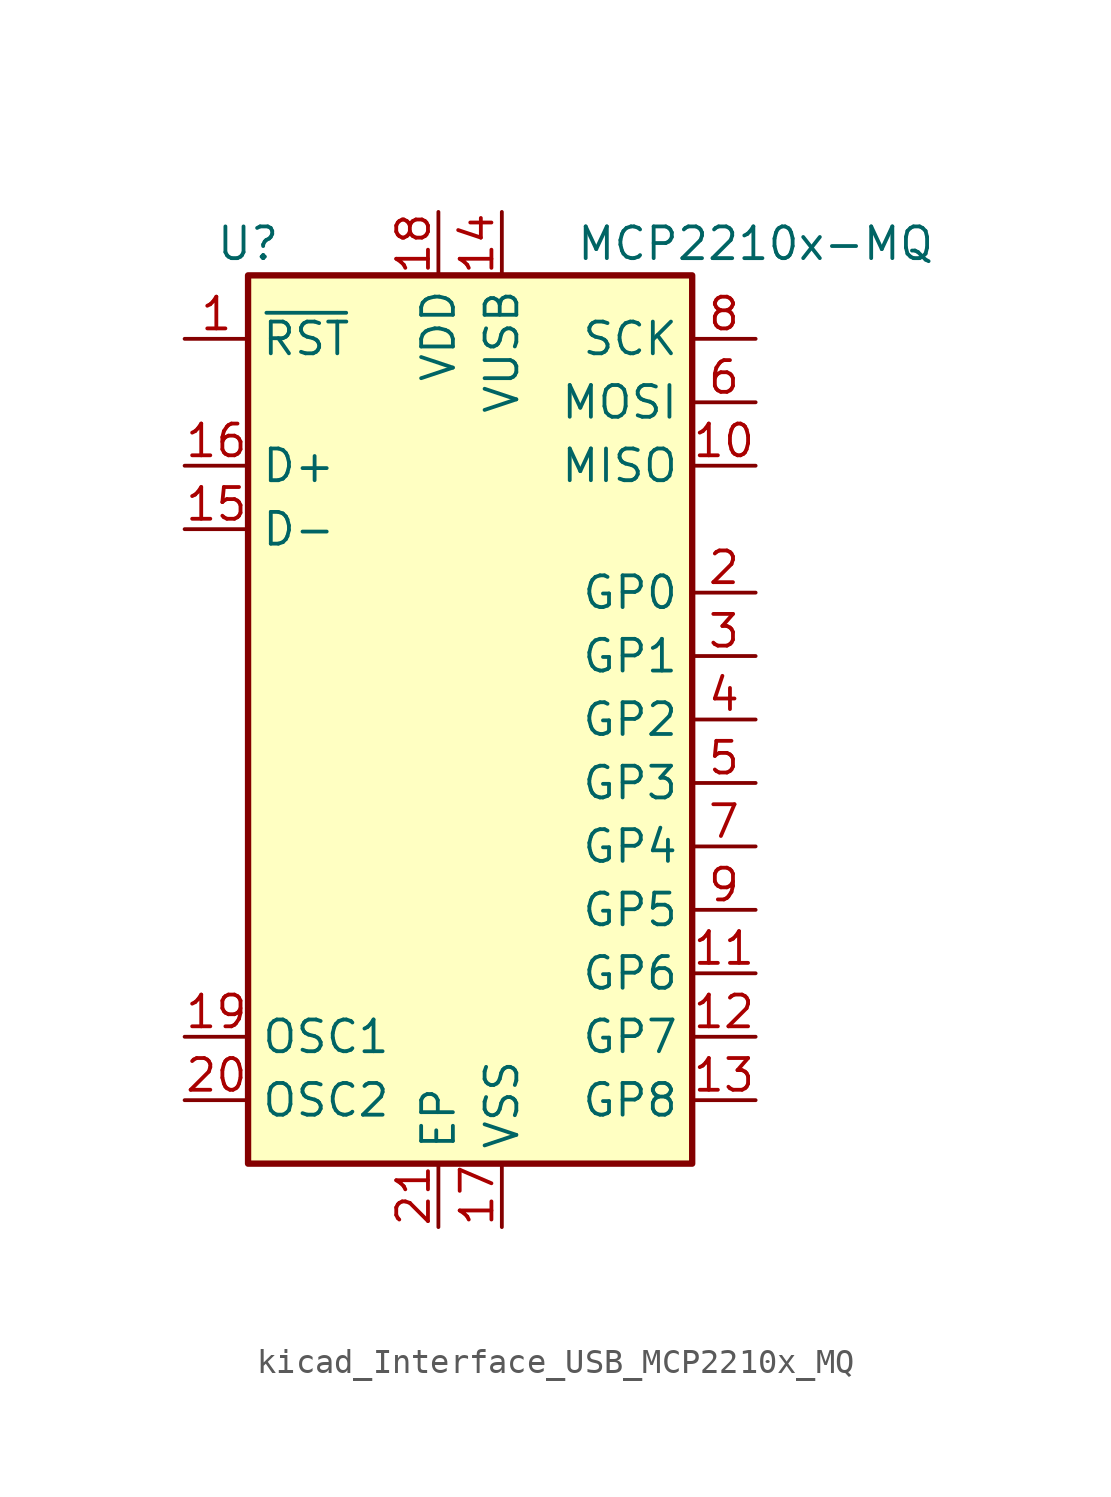
<source format=kicad_sym>
(kicad_symbol_lib
  (version 20220914)
  (generator kicad_symbol_editor)
  (symbol "kicad_Interface_USB_MCP2210x_MQ"
    (property "Reference" "U"
      (at -10.16 19.05 0)
      (effects (font (size 1.27 1.27))))
    (property "Value" "MCP2210x-MQ"
      (at 10.16 19.05 0)
      (effects (font (size 1.27 1.27))))
    (symbol "kicad_Interface_USB_MCP2210x_MQ_0_1"
      (rectangle (start -10.16 17.78) (end 7.62 -17.78) (stroke (width 0.254) (type default)) (fill (type background))))
    (symbol "kicad_Interface_USB_MCP2210x_MQ_1_1"
      (pin input line (at -12.7 15.24 0) (length 2.54) (name "~{RST}" (effects (font (size 1.27 1.27)))) (number "1" (effects (font (size 1.27 1.27)))))
      (pin input line (at 10.16 10.16 180) (length 2.54) (name "MISO" (effects (font (size 1.27 1.27)))) (number "10" (effects (font (size 1.27 1.27)))))
      (pin bidirectional line (at 10.16 -10.16 180) (length 2.54) (name "GP6" (effects (font (size 1.27 1.27)))) (number "11" (effects (font (size 1.27 1.27)))))
      (pin bidirectional line (at 10.16 -12.7 180) (length 2.54) (name "GP7" (effects (font (size 1.27 1.27)))) (number "12" (effects (font (size 1.27 1.27)))))
      (pin bidirectional line (at 10.16 -15.24 180) (length 2.54) (name "GP8" (effects (font (size 1.27 1.27)))) (number "13" (effects (font (size 1.27 1.27)))))
      (pin passive line (at 0 20.32 270) (length 2.54) (name "VUSB" (effects (font (size 1.27 1.27)))) (number "14" (effects (font (size 1.27 1.27)))))
      (pin bidirectional line (at -12.7 7.62 0) (length 2.54) (name "D-" (effects (font (size 1.27 1.27)))) (number "15" (effects (font (size 1.27 1.27)))))
      (pin bidirectional line (at -12.7 10.16 0) (length 2.54) (name "D+" (effects (font (size 1.27 1.27)))) (number "16" (effects (font (size 1.27 1.27)))))
      (pin power_in line (at 0 -20.32 90) (length 2.54) (name "VSS" (effects (font (size 1.27 1.27)))) (number "17" (effects (font (size 1.27 1.27)))))
      (pin power_in line (at -2.54 20.32 270) (length 2.54) (name "VDD" (effects (font (size 1.27 1.27)))) (number "18" (effects (font (size 1.27 1.27)))))
      (pin input line (at -12.7 -12.7 0) (length 2.54) (name "OSC1" (effects (font (size 1.27 1.27)))) (number "19" (effects (font (size 1.27 1.27)))))
      (pin bidirectional line (at 10.16 5.08 180) (length 2.54) (name "GP0" (effects (font (size 1.27 1.27)))) (number "2" (effects (font (size 1.27 1.27)))))
      (pin output line (at -12.7 -15.24 0) (length 2.54) (name "OSC2" (effects (font (size 1.27 1.27)))) (number "20" (effects (font (size 1.27 1.27)))))
      (pin passive line (at -2.54 -20.32 90) (length 2.54) (name "EP" (effects (font (size 1.27 1.27)))) (number "21" (effects (font (size 1.27 1.27)))))
      (pin bidirectional line (at 10.16 2.54 180) (length 2.54) (name "GP1" (effects (font (size 1.27 1.27)))) (number "3" (effects (font (size 1.27 1.27)))))
      (pin bidirectional line (at 10.16 0 180) (length 2.54) (name "GP2" (effects (font (size 1.27 1.27)))) (number "4" (effects (font (size 1.27 1.27)))))
      (pin bidirectional line (at 10.16 -2.54 180) (length 2.54) (name "GP3" (effects (font (size 1.27 1.27)))) (number "5" (effects (font (size 1.27 1.27)))))
      (pin output line (at 10.16 12.7 180) (length 2.54) (name "MOSI" (effects (font (size 1.27 1.27)))) (number "6" (effects (font (size 1.27 1.27)))))
      (pin bidirectional line (at 10.16 -5.08 180) (length 2.54) (name "GP4" (effects (font (size 1.27 1.27)))) (number "7" (effects (font (size 1.27 1.27)))))
      (pin output line (at 10.16 15.24 180) (length 2.54) (name "SCK" (effects (font (size 1.27 1.27)))) (number "8" (effects (font (size 1.27 1.27)))))
      (pin bidirectional line (at 10.16 -7.62 180) (length 2.54) (name "GP5" (effects (font (size 1.27 1.27)))) (number "9" (effects (font (size 1.27 1.27))))))))
</source>
